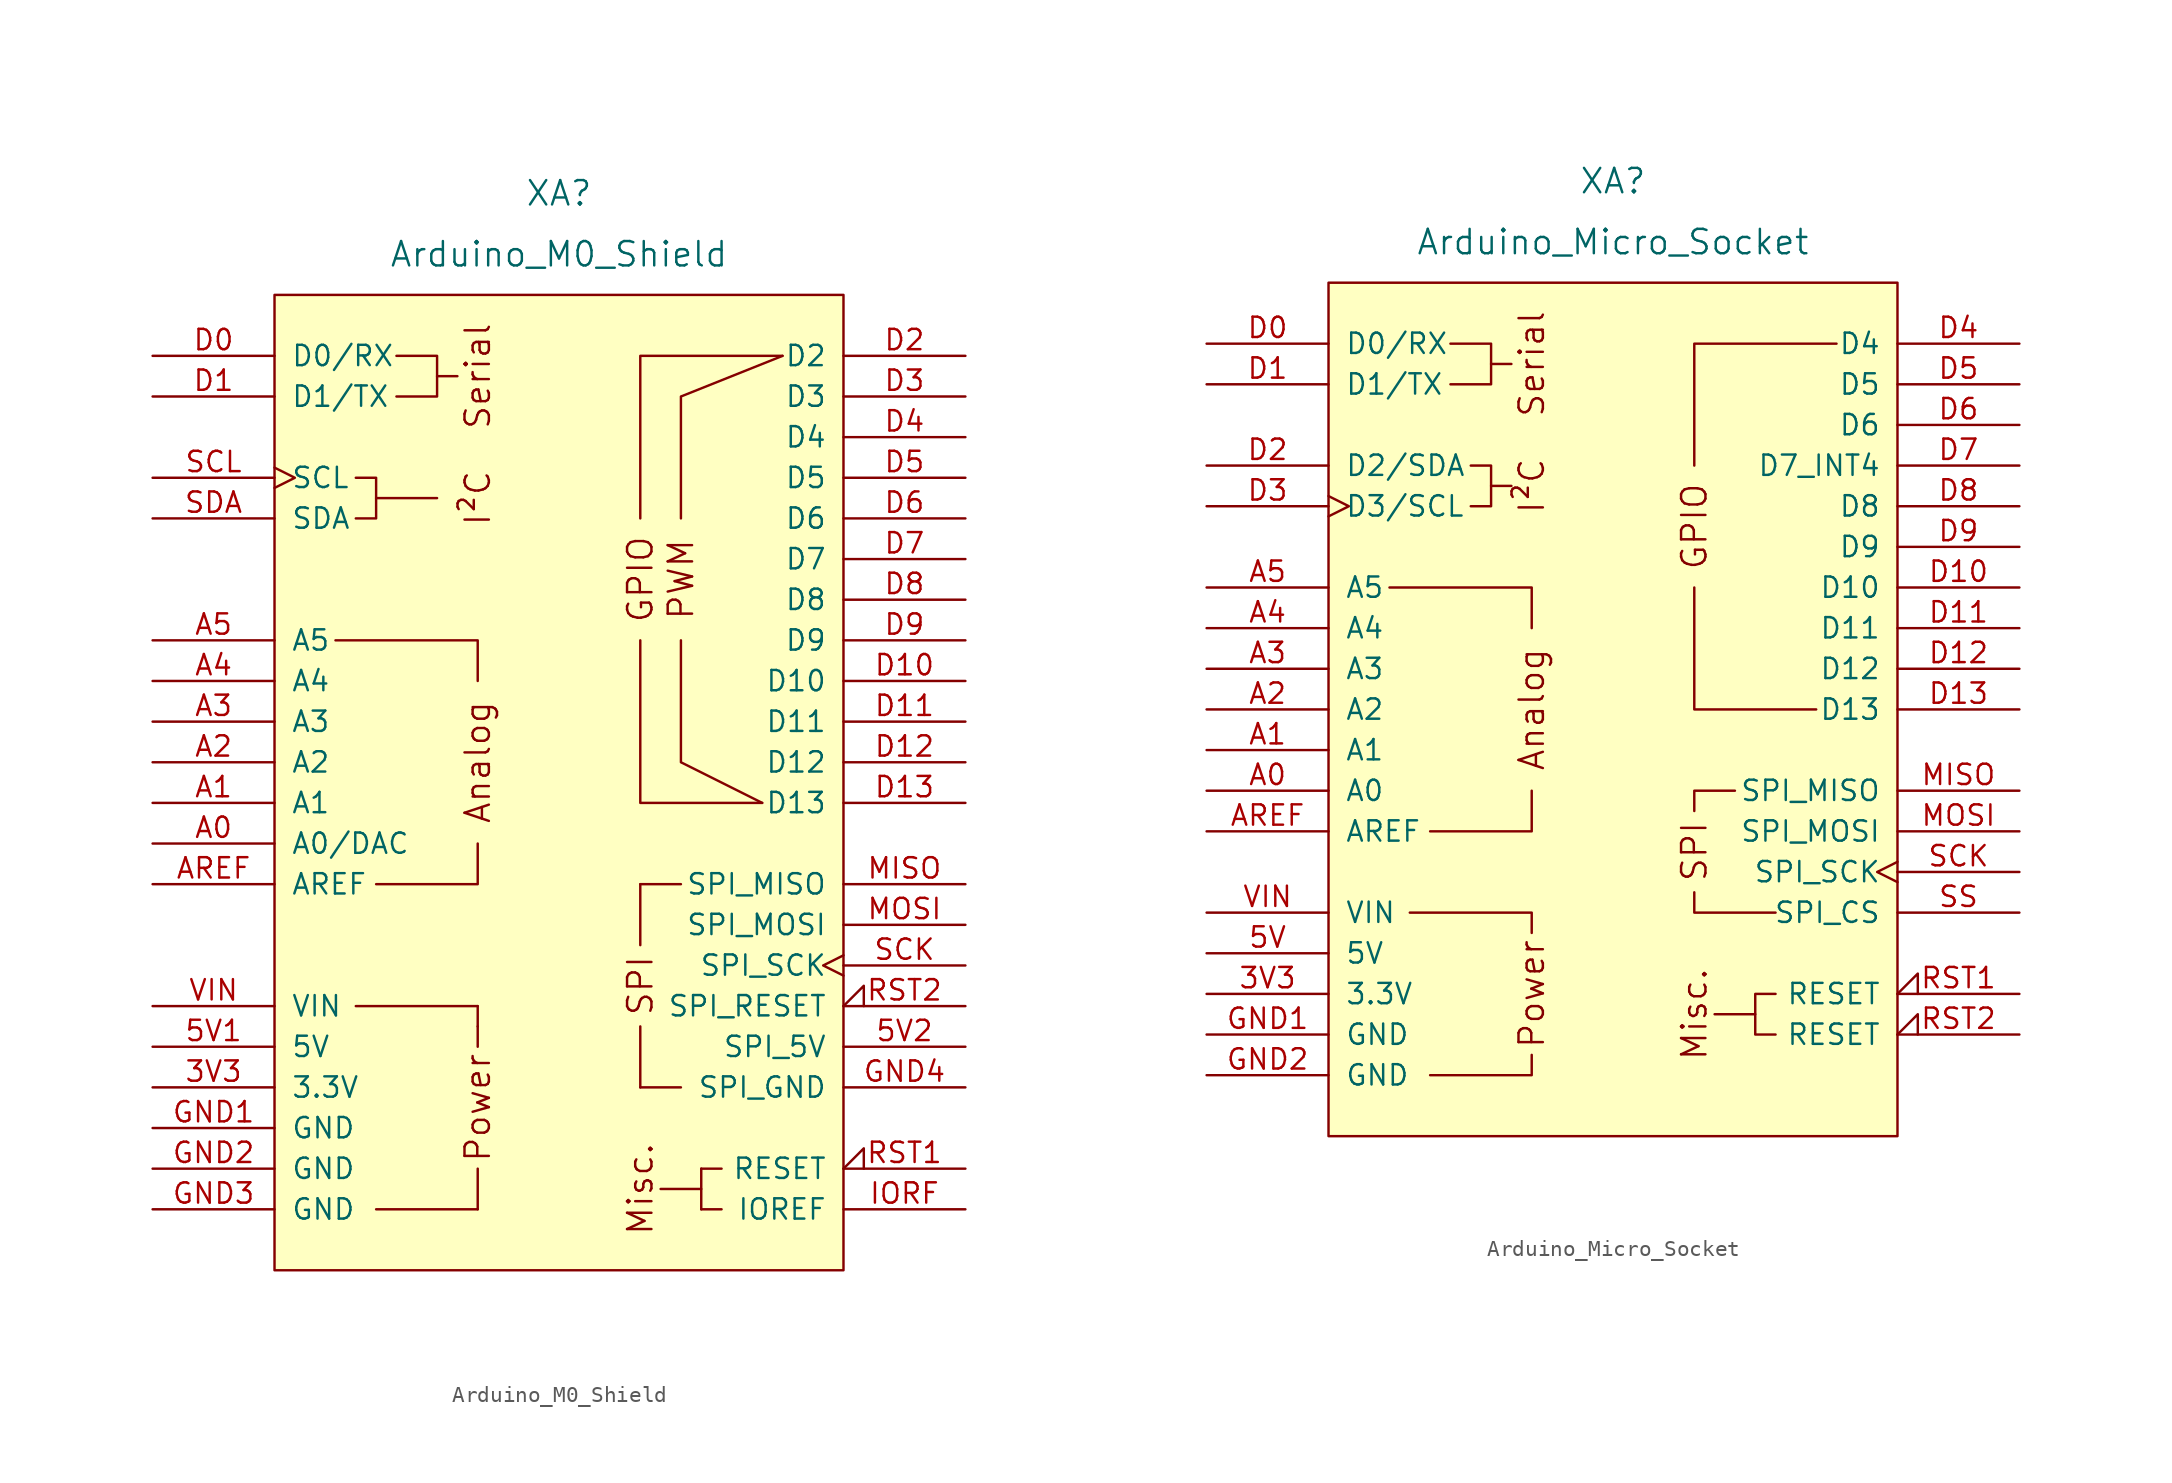
<source format=kicad_sym>
(kicad_symbol_lib
  (version 20211014)
  (generator kicad_symbol_editor)
  (symbol "Arduino_M0_Shield"
    (pin_names
      (offset 1.016))
    (property "Reference" "XA"
      (at 0 36.83 0)
      (effects (font (size 1.524 1.524))))
    (property "Value" "Arduino_M0_Shield"
      (at 0 33.02 0)
      (effects (font (size 1.524 1.524))))
    (symbol "Arduino_M0_Shield_0_0"
      (rectangle (start -17.78 30.48) (end 17.78 -30.48) (stroke (width 0) (type default) (color 0 0 0 0)) (fill (type background)))
      (rectangle (start -12.7 -13.97) (end -5.08 -13.97) (stroke (width 0) (type default) (color 0 0 0 0)) (fill (type none)))
      (rectangle (start -11.43 -26.67) (end -5.08 -26.67) (stroke (width 0) (type default) (color 0 0 0 0)) (fill (type none)))
      (polyline (pts (xy -11.43 17.78) (xy -7.62 17.78)) (stroke (width 0) (type default) (color 0 0 0 0)) (fill (type none)))
      (polyline (pts (xy -7.62 25.4) (xy -6.35 25.4)) (stroke (width 0) (type default) (color 0 0 0 0)) (fill (type none)))
      (polyline (pts (xy -5.08 -26.67) (xy -5.08 -24.13)) (stroke (width 0) (type default) (color 0 0 0 0)) (fill (type none)))
      (polyline (pts (xy -5.08 -15.24) (xy -5.08 -16.51)) (stroke (width 0) (type default) (color 0 0 0 0)) (fill (type none)))
      (polyline (pts (xy -5.08 -13.97) (xy -5.08 -15.24)) (stroke (width 0) (type default) (color 0 0 0 0)) (fill (type none)))
      (polyline (pts (xy -5.08 -3.81) (xy -5.08 -6.35) (xy -11.43 -6.35)) (stroke (width 0) (type default) (color 0 0 0 0)) (fill (type none)))
      (polyline (pts (xy -5.08 6.35) (xy -5.08 8.89) (xy -13.97 8.89)) (stroke (width 0) (type default) (color 0 0 0 0)) (fill (type none)))
      (polyline (pts (xy 5.08 8.89) (xy 5.08 -1.27) (xy 12.7 -1.27)) (stroke (width 0) (type default) (color 0 0 0 0)) (fill (type none)))
      (polyline (pts (xy 5.08 16.51) (xy 5.08 26.67) (xy 13.97 26.67)) (stroke (width 0) (type default) (color 0 0 0 0)) (fill (type none)))
      (polyline (pts (xy 7.62 8.89) (xy 7.62 1.27) (xy 12.7 -1.27)) (stroke (width 0) (type default) (color 0 0 0 0)) (fill (type none)))
      (polyline (pts (xy 7.62 16.51) (xy 7.62 24.13) (xy 13.97 26.67)) (stroke (width 0) (type default) (color 0 0 0 0)) (fill (type none)))
      (polyline (pts (xy -12.7 19.05) (xy -11.43 19.05) (xy -11.43 16.51) (xy -12.7 16.51)) (stroke (width 0) (type default) (color 0 0 0 0)) (fill (type none)))
      (polyline (pts (xy -10.16 26.67) (xy -7.62 26.67) (xy -7.62 24.13) (xy -10.16 24.13)) (stroke (width 0) (type default) (color 0 0 0 0)) (fill (type none)))
      (rectangle (start 5.08 -19.05) (end 5.08 -15.24) (stroke (width 0) (type default) (color 0 0 0 0)) (fill (type none)))
      (rectangle (start 5.08 -19.05) (end 7.62 -19.05) (stroke (width 0) (type default) (color 0 0 0 0)) (fill (type none)))
      (rectangle (start 5.08 -10.16) (end 5.08 -6.35) (stroke (width 0) (type default) (color 0 0 0 0)) (fill (type none)))
      (rectangle (start 7.62 -6.35) (end 5.08 -6.35) (stroke (width 0) (type default) (color 0 0 0 0)) (fill (type none)))
      (rectangle (start 8.89 -25.4) (end 6.35 -25.4) (stroke (width 0) (type default) (color 0 0 0 0)) (fill (type none)))
      (rectangle (start 8.89 -24.13) (end 8.89 -26.67) (stroke (width 0) (type default) (color 0 0 0 0)) (fill (type none)))
      (rectangle (start 10.16 -26.67) (end 8.89 -26.67) (stroke (width 0) (type default) (color 0 0 0 0)) (fill (type none)))
      (rectangle (start 10.16 -24.13) (end 8.89 -24.13) (stroke (width 0) (type default) (color 0 0 0 0)) (fill (type none)))
      (text "Analog" (at -5.08 1.27 900) (effects (font (size 1.524 1.524))))
      (text "I²C" (at -5.08 17.78 900) (effects (font (size 1.524 1.524))))
      (text "Misc." (at 5.08 -25.4 900) (effects (font (size 1.524 1.524))))
      (text "Power" (at -5.08 -20.32 900) (effects (font (size 1.524 1.524))))
      (text "PWM" (at 7.62 12.7 900) (effects (font (size 1.524 1.524))))
      (text "Serial" (at -5.08 25.4 900) (effects (font (size 1.524 1.524))))
      (text "SPI" (at 5.08 -12.7 900) (effects (font (size 1.524 1.524)))))
    (symbol "Arduino_M0_Shield_1_0"
      (text "GPIO" (at 5.08 12.7 900) (effects (font (size 1.524 1.524)))))
    (symbol "Arduino_M0_Shield_1_1"
      (pin power_in line (at -25.4 -19.05 0) (length 7.62) (name "3.3V" (effects (font (size 1.27 1.27)))) (number "3V3" (effects (font (size 1.27 1.27)))))
      (pin power_in line (at -25.4 -16.51 0) (length 7.62) (name "5V" (effects (font (size 1.27 1.27)))) (number "5V1" (effects (font (size 1.27 1.27)))))
      (pin power_in line (at 25.4 -16.51 180) (length 7.62) (name "SPI_5V" (effects (font (size 1.27 1.27)))) (number "5V2" (effects (font (size 1.27 1.27)))))
      (pin bidirectional line (at -25.4 -3.81 0) (length 7.62) (name "A0/DAC" (effects (font (size 1.27 1.27)))) (number "A0" (effects (font (size 1.27 1.27)))))
      (pin bidirectional line (at -25.4 -1.27 0) (length 7.62) (name "A1" (effects (font (size 1.27 1.27)))) (number "A1" (effects (font (size 1.27 1.27)))))
      (pin bidirectional line (at -25.4 1.27 0) (length 7.62) (name "A2" (effects (font (size 1.27 1.27)))) (number "A2" (effects (font (size 1.27 1.27)))))
      (pin bidirectional line (at -25.4 3.81 0) (length 7.62) (name "A3" (effects (font (size 1.27 1.27)))) (number "A3" (effects (font (size 1.27 1.27)))))
      (pin bidirectional line (at -25.4 6.35 0) (length 7.62) (name "A4" (effects (font (size 1.27 1.27)))) (number "A4" (effects (font (size 1.27 1.27)))))
      (pin bidirectional line (at -25.4 8.89 0) (length 7.62) (name "A5" (effects (font (size 1.27 1.27)))) (number "A5" (effects (font (size 1.27 1.27)))))
      (pin input line (at -25.4 -6.35 0) (length 7.62) (name "AREF" (effects (font (size 1.27 1.27)))) (number "AREF" (effects (font (size 1.27 1.27)))))
      (pin bidirectional line (at -25.4 26.67 0) (length 7.62) (name "D0/RX" (effects (font (size 1.27 1.27)))) (number "D0" (effects (font (size 1.27 1.27)))))
      (pin bidirectional line (at -25.4 24.13 0) (length 7.62) (name "D1/TX" (effects (font (size 1.27 1.27)))) (number "D1" (effects (font (size 1.27 1.27)))))
      (pin bidirectional line (at 25.4 6.35 180) (length 7.62) (name "D10" (effects (font (size 1.27 1.27)))) (number "D10" (effects (font (size 1.27 1.27)))))
      (pin bidirectional line (at 25.4 3.81 180) (length 7.62) (name "D11" (effects (font (size 1.27 1.27)))) (number "D11" (effects (font (size 1.27 1.27)))))
      (pin bidirectional line (at 25.4 1.27 180) (length 7.62) (name "D12" (effects (font (size 1.27 1.27)))) (number "D12" (effects (font (size 1.27 1.27)))))
      (pin bidirectional line (at 25.4 -1.27 180) (length 7.62) (name "D13" (effects (font (size 1.27 1.27)))) (number "D13" (effects (font (size 1.27 1.27)))))
      (pin bidirectional line (at 25.4 26.67 180) (length 7.62) (name "D2" (effects (font (size 1.27 1.27)))) (number "D2" (effects (font (size 1.27 1.27)))))
      (pin bidirectional line (at 25.4 24.13 180) (length 7.62) (name "D3" (effects (font (size 1.27 1.27)))) (number "D3" (effects (font (size 1.27 1.27)))))
      (pin bidirectional line (at 25.4 21.59 180) (length 7.62) (name "D4" (effects (font (size 1.27 1.27)))) (number "D4" (effects (font (size 1.27 1.27)))))
      (pin bidirectional line (at 25.4 19.05 180) (length 7.62) (name "D5" (effects (font (size 1.27 1.27)))) (number "D5" (effects (font (size 1.27 1.27)))))
      (pin bidirectional line (at 25.4 16.51 180) (length 7.62) (name "D6" (effects (font (size 1.27 1.27)))) (number "D6" (effects (font (size 1.27 1.27)))))
      (pin bidirectional line (at 25.4 13.97 180) (length 7.62) (name "D7" (effects (font (size 1.27 1.27)))) (number "D7" (effects (font (size 1.27 1.27)))))
      (pin bidirectional line (at 25.4 11.43 180) (length 7.62) (name "D8" (effects (font (size 1.27 1.27)))) (number "D8" (effects (font (size 1.27 1.27)))))
      (pin bidirectional line (at 25.4 8.89 180) (length 7.62) (name "D9" (effects (font (size 1.27 1.27)))) (number "D9" (effects (font (size 1.27 1.27)))))
      (pin power_in line (at -25.4 -21.59 0) (length 7.62) (name "GND" (effects (font (size 1.27 1.27)))) (number "GND1" (effects (font (size 1.27 1.27)))))
      (pin power_in line (at -25.4 -24.13 0) (length 7.62) (name "GND" (effects (font (size 1.27 1.27)))) (number "GND2" (effects (font (size 1.27 1.27)))))
      (pin power_in line (at -25.4 -26.67 0) (length 7.62) (name "GND" (effects (font (size 1.27 1.27)))) (number "GND3" (effects (font (size 1.27 1.27)))))
      (pin power_in line (at 25.4 -19.05 180) (length 7.62) (name "SPI_GND" (effects (font (size 1.27 1.27)))) (number "GND4" (effects (font (size 1.27 1.27)))))
      (pin output line (at 25.4 -26.67 180) (length 7.62) (name "IOREF" (effects (font (size 1.27 1.27)))) (number "IORF" (effects (font (size 1.27 1.27)))))
      (pin input line (at 25.4 -6.35 180) (length 7.62) (name "SPI_MISO" (effects (font (size 1.27 1.27)))) (number "MISO" (effects (font (size 1.27 1.27)))))
      (pin output line (at 25.4 -8.89 180) (length 7.62) (name "SPI_MOSI" (effects (font (size 1.27 1.27)))) (number "MOSI" (effects (font (size 1.27 1.27)))))
      (pin open_collector input_low (at 25.4 -24.13 180) (length 7.62) (name "RESET" (effects (font (size 1.27 1.27)))) (number "RST1" (effects (font (size 1.27 1.27)))))
      (pin open_collector input_low (at 25.4 -13.97 180) (length 7.62) (name "SPI_RESET" (effects (font (size 1.27 1.27)))) (number "RST2" (effects (font (size 1.27 1.27)))))
      (pin output clock (at 25.4 -11.43 180) (length 7.62) (name "SPI_SCK" (effects (font (size 1.27 1.27)))) (number "SCK" (effects (font (size 1.27 1.27)))))
      (pin bidirectional clock (at -25.4 19.05 0) (length 7.62) (name "SCL" (effects (font (size 1.27 1.27)))) (number "SCL" (effects (font (size 1.27 1.27)))))
      (pin bidirectional line (at -25.4 16.51 0) (length 7.62) (name "SDA" (effects (font (size 1.27 1.27)))) (number "SDA" (effects (font (size 1.27 1.27)))))
      (pin power_in line (at -25.4 -13.97 0) (length 7.62) (name "VIN" (effects (font (size 1.27 1.27)))) (number "VIN" (effects (font (size 1.27 1.27)))))))
  (symbol "Arduino_Micro_Socket"
    (pin_names
      (offset 1.016))
    (property "Reference" "XA"
      (at 0 33.02 0)
      (effects (font (size 1.524 1.524))))
    (property "Value" "Arduino_Micro_Socket"
      (at 0 29.21 0)
      (effects (font (size 1.524 1.524))))
    (symbol "Arduino_Micro_Socket_0_0"
      (rectangle (start -17.78 26.67) (end 17.78 -26.67) (stroke (width 0) (type default) (color 0 0 0 0)) (fill (type background)))
      (polyline (pts (xy -7.62 13.97) (xy -6.35 13.97)) (stroke (width 0) (type default) (color 0 0 0 0)) (fill (type none)))
      (polyline (pts (xy -7.62 21.59) (xy -6.35 21.59)) (stroke (width 0) (type default) (color 0 0 0 0)) (fill (type none)))
      (polyline (pts (xy 8.89 -19.05) (xy 6.35 -19.05)) (stroke (width 0) (type default) (color 0 0 0 0)) (fill (type none)))
      (polyline (pts (xy -11.43 -22.86) (xy -5.08 -22.86) (xy -5.08 -21.59)) (stroke (width 0) (type default) (color 0 0 0 0)) (fill (type none)))
      (polyline (pts (xy -5.08 -13.97) (xy -5.08 -12.7) (xy -12.7 -12.7)) (stroke (width 0) (type default) (color 0 0 0 0)) (fill (type none)))
      (polyline (pts (xy -5.08 -5.08) (xy -5.08 -7.62) (xy -11.43 -7.62)) (stroke (width 0) (type default) (color 0 0 0 0)) (fill (type none)))
      (polyline (pts (xy -5.08 5.08) (xy -5.08 7.62) (xy -13.97 7.62)) (stroke (width 0) (type default) (color 0 0 0 0)) (fill (type none)))
      (polyline (pts (xy 5.08 -11.43) (xy 5.08 -12.7) (xy 10.16 -12.7)) (stroke (width 0) (type default) (color 0 0 0 0)) (fill (type none)))
      (polyline (pts (xy 5.08 7.62) (xy 5.08 0) (xy 12.7 0)) (stroke (width 0) (type default) (color 0 0 0 0)) (fill (type none)))
      (polyline (pts (xy 7.62 -5.08) (xy 5.08 -5.08) (xy 5.08 -6.35)) (stroke (width 0) (type default) (color 0 0 0 0)) (fill (type none)))
      (polyline (pts (xy 13.97 22.86) (xy 5.08 22.86) (xy 5.08 15.24)) (stroke (width 0) (type default) (color 0 0 0 0)) (fill (type none)))
      (polyline (pts (xy -10.16 22.86) (xy -7.62 22.86) (xy -7.62 20.32) (xy -10.16 20.32)) (stroke (width 0) (type default) (color 0 0 0 0)) (fill (type none)))
      (polyline (pts (xy -8.89 15.24) (xy -7.62 15.24) (xy -7.62 12.7) (xy -8.89 12.7)) (stroke (width 0) (type default) (color 0 0 0 0)) (fill (type none)))
      (text "Analog" (at -5.08 0 900) (effects (font (size 1.524 1.524))))
      (text "I²C" (at -5.08 13.97 900) (effects (font (size 1.524 1.524))))
      (text "Misc." (at 5.08 -19.05 900) (effects (font (size 1.524 1.524))))
      (text "Power" (at -5.08 -17.78 900) (effects (font (size 1.524 1.524))))
      (text "Serial" (at -5.08 21.59 900) (effects (font (size 1.524 1.524))))
      (text "SPI" (at 5.08 -8.89 900) (effects (font (size 1.524 1.524)))))
    (symbol "Arduino_Micro_Socket_0_1"
      (polyline (pts (xy 10.16 -17.78) (xy 8.89 -17.78) (xy 8.89 -20.32) (xy 10.16 -20.32)) (stroke (width 0) (type default) (color 0 0 0 0)) (fill (type none))))
    (symbol "Arduino_Micro_Socket_1_0"
      (text "GPIO" (at 5.08 11.43 900) (effects (font (size 1.524 1.524)))))
    (symbol "Arduino_Micro_Socket_1_1"
      (pin power_out line (at -25.4 -17.78 0) (length 7.62) (name "3.3V" (effects (font (size 1.27 1.27)))) (number "3V3" (effects (font (size 1.27 1.27)))))
      (pin power_in line (at -25.4 -15.24 0) (length 7.62) (name "5V" (effects (font (size 1.27 1.27)))) (number "5V" (effects (font (size 1.27 1.27)))))
      (pin bidirectional line (at -25.4 -5.08 0) (length 7.62) (name "A0" (effects (font (size 1.27 1.27)))) (number "A0" (effects (font (size 1.27 1.27)))))
      (pin bidirectional line (at -25.4 -2.54 0) (length 7.62) (name "A1" (effects (font (size 1.27 1.27)))) (number "A1" (effects (font (size 1.27 1.27)))))
      (pin bidirectional line (at -25.4 0 0) (length 7.62) (name "A2" (effects (font (size 1.27 1.27)))) (number "A2" (effects (font (size 1.27 1.27)))))
      (pin bidirectional line (at -25.4 2.54 0) (length 7.62) (name "A3" (effects (font (size 1.27 1.27)))) (number "A3" (effects (font (size 1.27 1.27)))))
      (pin bidirectional line (at -25.4 5.08 0) (length 7.62) (name "A4" (effects (font (size 1.27 1.27)))) (number "A4" (effects (font (size 1.27 1.27)))))
      (pin bidirectional line (at -25.4 7.62 0) (length 7.62) (name "A5" (effects (font (size 1.27 1.27)))) (number "A5" (effects (font (size 1.27 1.27)))))
      (pin input line (at -25.4 -7.62 0) (length 7.62) (name "AREF" (effects (font (size 1.27 1.27)))) (number "AREF" (effects (font (size 1.27 1.27)))))
      (pin bidirectional line (at -25.4 22.86 0) (length 7.62) (name "D0/RX" (effects (font (size 1.27 1.27)))) (number "D0" (effects (font (size 1.27 1.27)))))
      (pin bidirectional line (at -25.4 20.32 0) (length 7.62) (name "D1/TX" (effects (font (size 1.27 1.27)))) (number "D1" (effects (font (size 1.27 1.27)))))
      (pin bidirectional line (at 25.4 7.62 180) (length 7.62) (name "D10" (effects (font (size 1.27 1.27)))) (number "D10" (effects (font (size 1.27 1.27)))))
      (pin bidirectional line (at 25.4 5.08 180) (length 7.62) (name "D11" (effects (font (size 1.27 1.27)))) (number "D11" (effects (font (size 1.27 1.27)))))
      (pin bidirectional line (at 25.4 2.54 180) (length 7.62) (name "D12" (effects (font (size 1.27 1.27)))) (number "D12" (effects (font (size 1.27 1.27)))))
      (pin bidirectional line (at 25.4 0 180) (length 7.62) (name "D13" (effects (font (size 1.27 1.27)))) (number "D13" (effects (font (size 1.27 1.27)))))
      (pin bidirectional line (at -25.4 15.24 0) (length 7.62) (name "D2/SDA" (effects (font (size 1.27 1.27)))) (number "D2" (effects (font (size 1.27 1.27)))))
      (pin bidirectional clock (at -25.4 12.7 0) (length 7.62) (name "D3/SCL" (effects (font (size 1.27 1.27)))) (number "D3" (effects (font (size 1.27 1.27)))))
      (pin bidirectional line (at 25.4 22.86 180) (length 7.62) (name "D4" (effects (font (size 1.27 1.27)))) (number "D4" (effects (font (size 1.27 1.27)))))
      (pin bidirectional line (at 25.4 20.32 180) (length 7.62) (name "D5" (effects (font (size 1.27 1.27)))) (number "D5" (effects (font (size 1.27 1.27)))))
      (pin bidirectional line (at 25.4 17.78 180) (length 7.62) (name "D6" (effects (font (size 1.27 1.27)))) (number "D6" (effects (font (size 1.27 1.27)))))
      (pin bidirectional line (at 25.4 15.24 180) (length 7.62) (name "D7_INT4" (effects (font (size 1.27 1.27)))) (number "D7" (effects (font (size 1.27 1.27)))))
      (pin bidirectional line (at 25.4 12.7 180) (length 7.62) (name "D8" (effects (font (size 1.27 1.27)))) (number "D8" (effects (font (size 1.27 1.27)))))
      (pin bidirectional line (at 25.4 10.16 180) (length 7.62) (name "D9" (effects (font (size 1.27 1.27)))) (number "D9" (effects (font (size 1.27 1.27)))))
      (pin power_in line (at -25.4 -20.32 0) (length 7.62) (name "GND" (effects (font (size 1.27 1.27)))) (number "GND1" (effects (font (size 1.27 1.27)))))
      (pin power_in line (at -25.4 -22.86 0) (length 7.62) (name "GND" (effects (font (size 1.27 1.27)))) (number "GND2" (effects (font (size 1.27 1.27)))))
      (pin input line (at 25.4 -5.08 180) (length 7.62) (name "SPI_MISO" (effects (font (size 1.27 1.27)))) (number "MISO" (effects (font (size 1.27 1.27)))))
      (pin output line (at 25.4 -7.62 180) (length 7.62) (name "SPI_MOSI" (effects (font (size 1.27 1.27)))) (number "MOSI" (effects (font (size 1.27 1.27)))))
      (pin open_collector input_low (at 25.4 -17.78 180) (length 7.62) (name "RESET" (effects (font (size 1.27 1.27)))) (number "RST1" (effects (font (size 1.27 1.27)))))
      (pin open_collector input_low (at 25.4 -20.32 180) (length 7.62) (name "RESET" (effects (font (size 1.27 1.27)))) (number "RST2" (effects (font (size 1.27 1.27)))))
      (pin output clock (at 25.4 -10.16 180) (length 7.62) (name "SPI_SCK" (effects (font (size 1.27 1.27)))) (number "SCK" (effects (font (size 1.27 1.27)))))
      (pin bidirectional line (at 25.4 -12.7 180) (length 7.62) (name "SPI_CS" (effects (font (size 1.27 1.27)))) (number "SS" (effects (font (size 1.27 1.27)))))
      (pin power_in line (at -25.4 -12.7 0) (length 7.62) (name "VIN" (effects (font (size 1.27 1.27)))) (number "VIN" (effects (font (size 1.27 1.27))))))))
</source>
